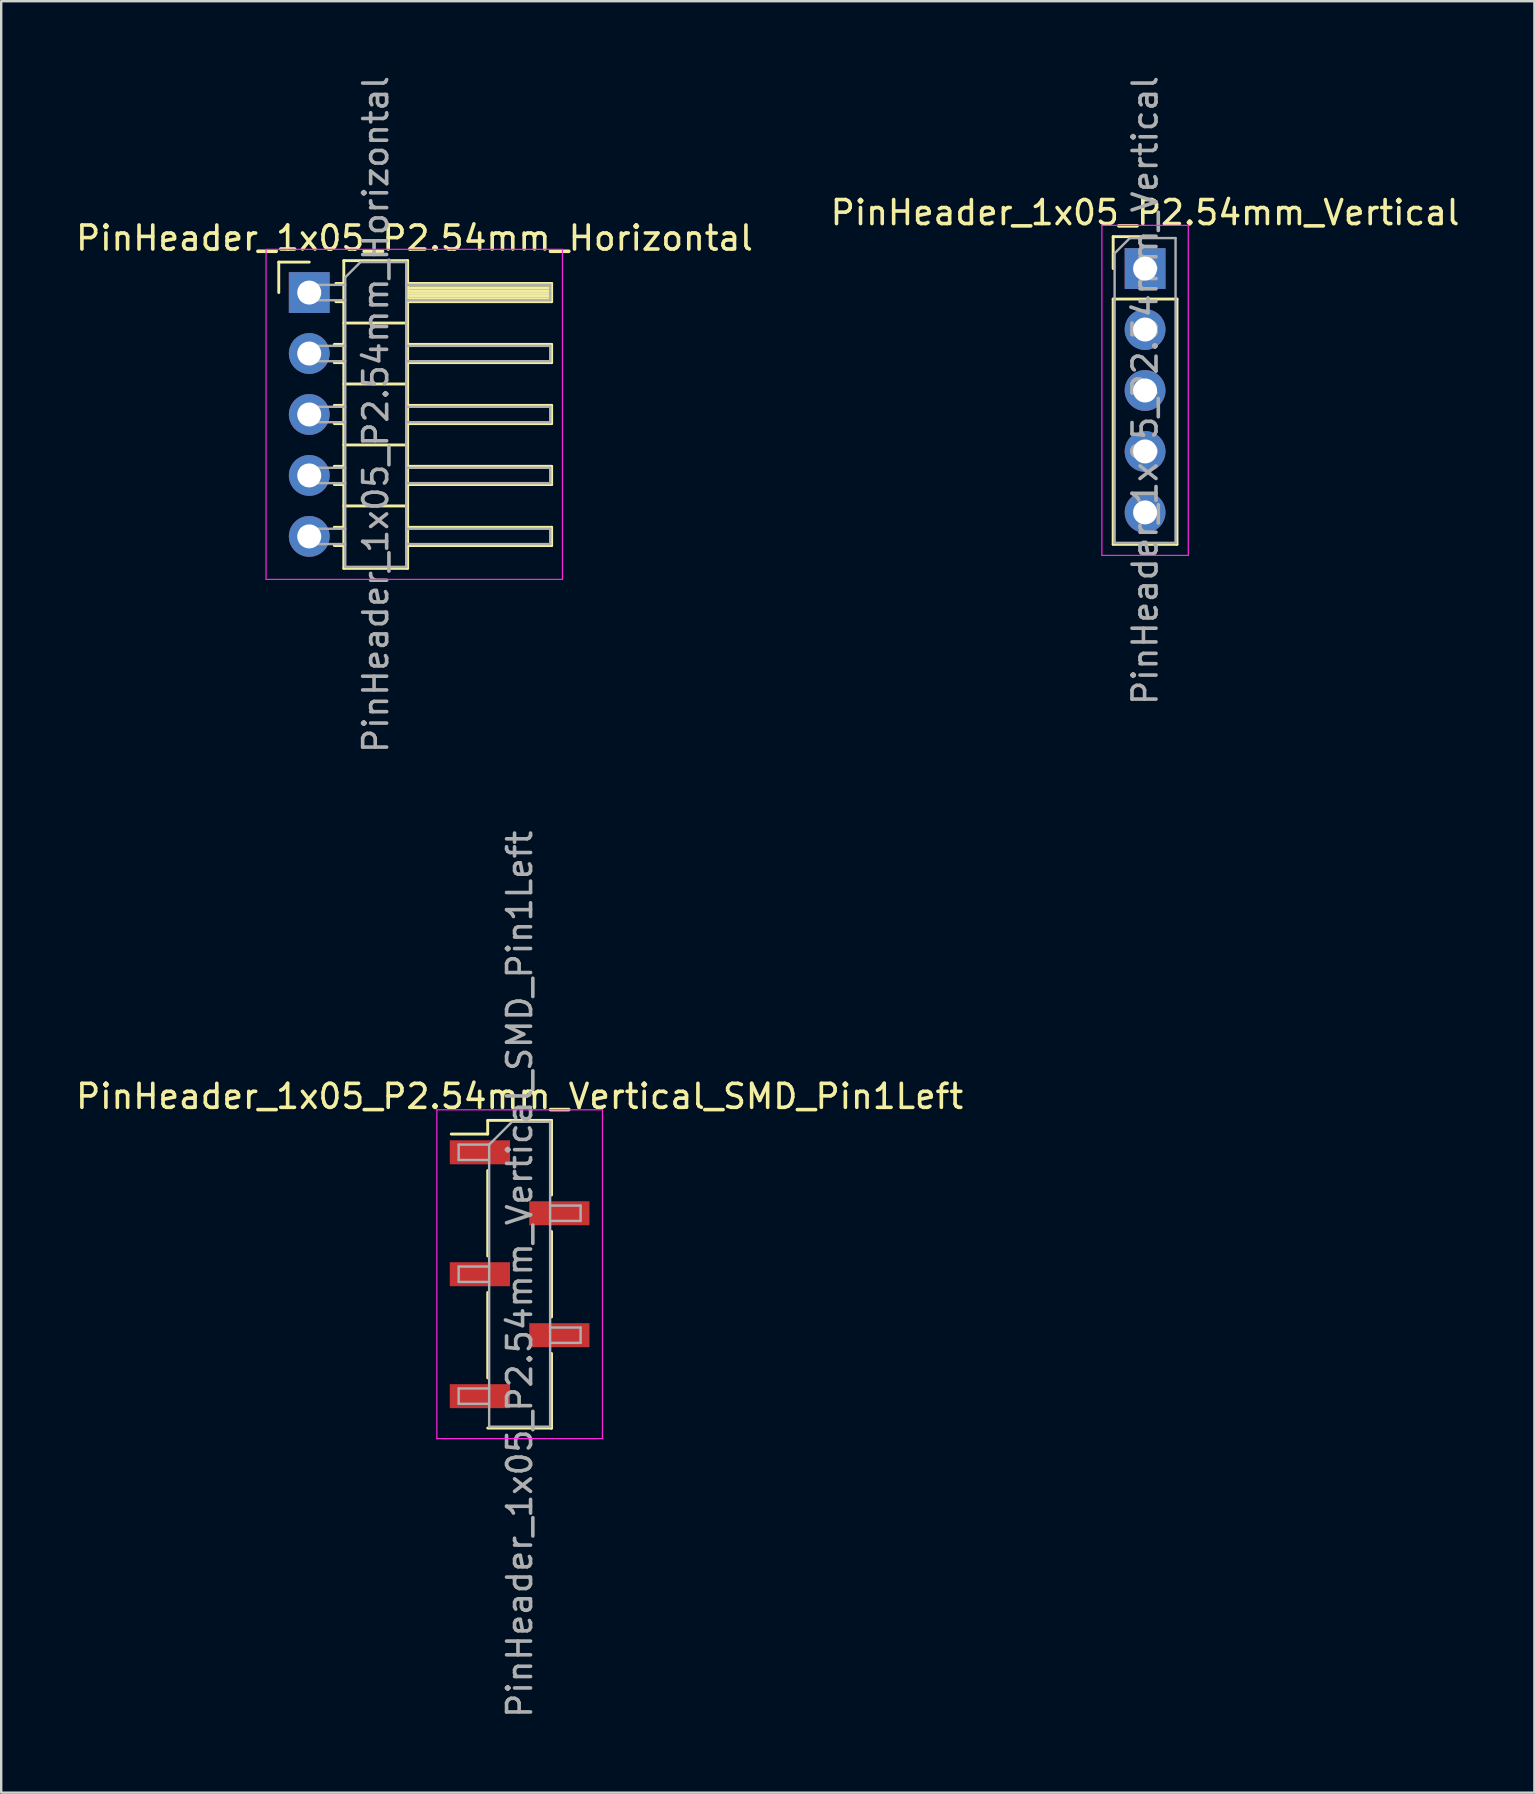
<source format=kicad_pcb>
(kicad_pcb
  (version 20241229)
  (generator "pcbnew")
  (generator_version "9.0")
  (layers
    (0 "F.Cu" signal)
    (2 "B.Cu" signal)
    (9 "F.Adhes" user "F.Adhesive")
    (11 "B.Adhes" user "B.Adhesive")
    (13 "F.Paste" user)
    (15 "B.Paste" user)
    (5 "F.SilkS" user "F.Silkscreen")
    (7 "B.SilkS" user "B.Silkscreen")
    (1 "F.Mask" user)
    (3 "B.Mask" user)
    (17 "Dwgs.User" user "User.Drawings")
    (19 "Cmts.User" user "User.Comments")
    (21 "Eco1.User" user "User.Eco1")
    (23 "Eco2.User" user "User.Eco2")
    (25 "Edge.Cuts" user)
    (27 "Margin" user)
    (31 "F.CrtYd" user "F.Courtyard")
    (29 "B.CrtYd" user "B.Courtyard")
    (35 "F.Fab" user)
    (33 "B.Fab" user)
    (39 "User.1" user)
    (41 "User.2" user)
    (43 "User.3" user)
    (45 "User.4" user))
  (footprint "PinHeader_1x05_P2.54mm_Vertical_SMD_Pin1Left"
    (layer "F.Cu")
    (at 18.601 50.042)
    (property "Reference" "PinHeader_1x05_P2.54mm_Vertical_SMD_Pin1Left" (at 0 -7.41 0) (layer "F.SilkS") (effects (font (size 1 1) (thickness 0.15))))
    (attr smd)
    (fp_line (start -1.33 -6.41) (end -1.33 -5.84) (stroke (width 0.12) (type solid)) (layer "F.SilkS"))
    (fp_line (start -1.33 -6.41) (end 1.33 -6.41) (stroke (width 0.12) (type solid)) (layer "F.SilkS"))
    (fp_line (start -1.33 -5.84) (end -2.85 -5.84) (stroke (width 0.12) (type solid)) (layer "F.SilkS"))
    (fp_line (start -1.33 -4.32) (end -1.33 -0.76) (stroke (width 0.12) (type solid)) (layer "F.SilkS"))
    (fp_line (start -1.33 0.76) (end -1.33 4.32) (stroke (width 0.12) (type solid)) (layer "F.SilkS"))
    (fp_line (start -1.33 6.41) (end 1.33 6.41) (stroke (width 0.12) (type solid)) (layer "F.SilkS"))
    (fp_line (start 1.33 -6.41) (end 1.33 -3.3) (stroke (width 0.12) (type solid)) (layer "F.SilkS"))
    (fp_line (start 1.33 -1.78) (end 1.33 1.78) (stroke (width 0.12) (type solid)) (layer "F.SilkS"))
    (fp_line (start 1.33 3.3) (end 1.33 6.41) (stroke (width 0.12) (type solid)) (layer "F.SilkS"))
    (fp_line (start 1.33 5.84) (end 1.33 6.41) (stroke (width 0.12) (type solid)) (layer "F.SilkS"))
    (fp_line (start -3.45 -6.85) (end -3.45 6.85) (stroke (width 0.05) (type solid)) (layer "F.CrtYd"))
    (fp_line (start -3.45 6.85) (end 3.45 6.85) (stroke (width 0.05) (type solid)) (layer "F.CrtYd"))
    (fp_line (start 3.45 -6.85) (end -3.45 -6.85) (stroke (width 0.05) (type solid)) (layer "F.CrtYd"))
    (fp_line (start 3.45 6.85) (end 3.45 -6.85) (stroke (width 0.05) (type solid)) (layer "F.CrtYd"))
    (fp_line (start -2.54 -5.4) (end -2.54 -4.76) (stroke (width 0.1) (type solid)) (layer "F.Fab"))
    (fp_line (start -2.54 -4.76) (end -1.27 -4.76) (stroke (width 0.1) (type solid)) (layer "F.Fab"))
    (fp_line (start -2.54 -0.32) (end -2.54 0.32) (stroke (width 0.1) (type solid)) (layer "F.Fab"))
    (fp_line (start -2.54 0.32) (end -1.27 0.32) (stroke (width 0.1) (type solid)) (layer "F.Fab"))
    (fp_line (start -2.54 4.76) (end -2.54 5.4) (stroke (width 0.1) (type solid)) (layer "F.Fab"))
    (fp_line (start -2.54 5.4) (end -1.27 5.4) (stroke (width 0.1) (type solid)) (layer "F.Fab"))
    (fp_line (start -1.27 -5.4) (end -2.54 -5.4) (stroke (width 0.1) (type solid)) (layer "F.Fab"))
    (fp_line (start -1.27 -5.4) (end -0.32 -6.35) (stroke (width 0.1) (type solid)) (layer "F.Fab"))
    (fp_line (start -1.27 -0.32) (end -2.54 -0.32) (stroke (width 0.1) (type solid)) (layer "F.Fab"))
    (fp_line (start -1.27 4.76) (end -2.54 4.76) (stroke (width 0.1) (type solid)) (layer "F.Fab"))
    (fp_line (start -1.27 6.35) (end -1.27 -5.4) (stroke (width 0.1) (type solid)) (layer "F.Fab"))
    (fp_line (start -0.32 -6.35) (end 1.27 -6.35) (stroke (width 0.1) (type solid)) (layer "F.Fab"))
    (fp_line (start 1.27 -6.35) (end 1.27 6.35) (stroke (width 0.1) (type solid)) (layer "F.Fab"))
    (fp_line (start 1.27 -2.86) (end 2.54 -2.86) (stroke (width 0.1) (type solid)) (layer "F.Fab"))
    (fp_line (start 1.27 2.22) (end 2.54 2.22) (stroke (width 0.1) (type solid)) (layer "F.Fab"))
    (fp_line (start 1.27 6.35) (end -1.27 6.35) (stroke (width 0.1) (type solid)) (layer "F.Fab"))
    (fp_line (start 2.54 -2.86) (end 2.54 -2.22) (stroke (width 0.1) (type solid)) (layer "F.Fab"))
    (fp_line (start 2.54 -2.22) (end 1.27 -2.22) (stroke (width 0.1) (type solid)) (layer "F.Fab"))
    (fp_line (start 2.54 2.22) (end 2.54 2.86) (stroke (width 0.1) (type solid)) (layer "F.Fab"))
    (fp_line (start 2.54 2.86) (end 1.27 2.86) (stroke (width 0.1) (type solid)) (layer "F.Fab"))
    (fp_text user "${REFERENCE}" (at 0 0 90) (layer "F.Fab") (effects (font (size 1 1) (thickness 0.15))))
    (pad "1" smd rect (at -1.655 -5.08) (size 2.51 1) (layers "F.Cu" "F.Mask" "F.Paste"))
    (pad "2" smd rect (at 1.655 -2.54) (size 2.51 1) (layers "F.Cu" "F.Mask" "F.Paste"))
    (pad "3" smd rect (at -1.655 0) (size 2.51 1) (layers "F.Cu" "F.Mask" "F.Paste"))
    (pad "4" smd rect (at 1.655 2.54) (size 2.51 1) (layers "F.Cu" "F.Mask" "F.Paste"))
    (pad "5" smd rect (at -1.655 5.08) (size 2.51 1) (layers "F.Cu" "F.Mask" "F.Paste")))
  (footprint "PinHeader_1x05_P2.54mm_Vertical"
    (layer "F.Cu")
    (at 44.661 8.14)
    (property "Reference" "PinHeader_1x05_P2.54mm_Vertical" (at 0 -2.33 0) (layer "F.SilkS") (effects (font (size 1 1) (thickness 0.15))))
    (attr through_hole)
    (fp_line (start -1.33 -1.33) (end 0 -1.33) (stroke (width 0.12) (type solid)) (layer "F.SilkS"))
    (fp_line (start -1.33 0) (end -1.33 -1.33) (stroke (width 0.12) (type solid)) (layer "F.SilkS"))
    (fp_line (start -1.33 1.27) (end -1.33 11.49) (stroke (width 0.12) (type solid)) (layer "F.SilkS"))
    (fp_line (start -1.33 1.27) (end 1.33 1.27) (stroke (width 0.12) (type solid)) (layer "F.SilkS"))
    (fp_line (start -1.33 11.49) (end 1.33 11.49) (stroke (width 0.12) (type solid)) (layer "F.SilkS"))
    (fp_line (start 1.33 1.27) (end 1.33 11.49) (stroke (width 0.12) (type solid)) (layer "F.SilkS"))
    (fp_line (start -1.8 -1.8) (end -1.8 11.95) (stroke (width 0.05) (type solid)) (layer "F.CrtYd"))
    (fp_line (start -1.8 11.95) (end 1.8 11.95) (stroke (width 0.05) (type solid)) (layer "F.CrtYd"))
    (fp_line (start 1.8 -1.8) (end -1.8 -1.8) (stroke (width 0.05) (type solid)) (layer "F.CrtYd"))
    (fp_line (start 1.8 11.95) (end 1.8 -1.8) (stroke (width 0.05) (type solid)) (layer "F.CrtYd"))
    (fp_line (start -1.27 -0.635) (end -0.635 -1.27) (stroke (width 0.1) (type solid)) (layer "F.Fab"))
    (fp_line (start -1.27 11.43) (end -1.27 -0.635) (stroke (width 0.1) (type solid)) (layer "F.Fab"))
    (fp_line (start -0.635 -1.27) (end 1.27 -1.27) (stroke (width 0.1) (type solid)) (layer "F.Fab"))
    (fp_line (start 1.27 -1.27) (end 1.27 11.43) (stroke (width 0.1) (type solid)) (layer "F.Fab"))
    (fp_line (start 1.27 11.43) (end -1.27 11.43) (stroke (width 0.1) (type solid)) (layer "F.Fab"))
    (fp_text user "${REFERENCE}" (at 0 5.08 90) (layer "F.Fab") (effects (font (size 1 1) (thickness 0.15))))
    (pad "1" thru_hole rect (at 0 0) (size 1.7 1.7) (drill 1) (layers "*.Cu" "*.Mask"))
    (pad "2" thru_hole oval (at 0 2.54) (size 1.7 1.7) (drill 1) (layers "*.Cu" "*.Mask"))
    (pad "3" thru_hole oval (at 0 5.08) (size 1.7 1.7) (drill 1) (layers "*.Cu" "*.Mask"))
    (pad "4" thru_hole oval (at 0 7.62) (size 1.7 1.7) (drill 1) (layers "*.Cu" "*.Mask"))
    (pad "5" thru_hole oval (at 0 10.16) (size 1.7 1.7) (drill 1) (layers "*.Cu" "*.Mask")))
  (footprint "PinHeader_1x05_P2.54mm_Horizontal"
    (layer "F.Cu")
    (at 9.835 9.14)
    (property "Reference" "PinHeader_1x05_P2.54mm_Horizontal" (at 4.385 -2.27 0) (layer "F.SilkS") (effects (font (size 1 1) (thickness 0.15))))
    (attr through_hole)
    (fp_line (start -1.27 -1.27) (end 0 -1.27) (stroke (width 0.12) (type solid)) (layer "F.SilkS"))
    (fp_line (start -1.27 0) (end -1.27 -1.27) (stroke (width 0.12) (type solid)) (layer "F.SilkS"))
    (fp_line (start 1.043 2.16) (end 1.44 2.16) (stroke (width 0.12) (type solid)) (layer "F.SilkS"))
    (fp_line (start 1.043 2.92) (end 1.44 2.92) (stroke (width 0.12) (type solid)) (layer "F.SilkS"))
    (fp_line (start 1.043 4.7) (end 1.44 4.7) (stroke (width 0.12) (type solid)) (layer "F.SilkS"))
    (fp_line (start 1.043 5.46) (end 1.44 5.46) (stroke (width 0.12) (type solid)) (layer "F.SilkS"))
    (fp_line (start 1.043 7.24) (end 1.44 7.24) (stroke (width 0.12) (type solid)) (layer "F.SilkS"))
    (fp_line (start 1.043 8) (end 1.44 8) (stroke (width 0.12) (type solid)) (layer "F.SilkS"))
    (fp_line (start 1.043 9.78) (end 1.44 9.78) (stroke (width 0.12) (type solid)) (layer "F.SilkS"))
    (fp_line (start 1.043 10.54) (end 1.44 10.54) (stroke (width 0.12) (type solid)) (layer "F.SilkS"))
    (fp_line (start 1.11 -0.38) (end 1.44 -0.38) (stroke (width 0.12) (type solid)) (layer "F.SilkS"))
    (fp_line (start 1.11 0.38) (end 1.44 0.38) (stroke (width 0.12) (type solid)) (layer "F.SilkS"))
    (fp_line (start 1.44 -1.33) (end 1.44 11.49) (stroke (width 0.12) (type solid)) (layer "F.SilkS"))
    (fp_line (start 1.44 1.27) (end 4.1 1.27) (stroke (width 0.12) (type solid)) (layer "F.SilkS"))
    (fp_line (start 1.44 3.81) (end 4.1 3.81) (stroke (width 0.12) (type solid)) (layer "F.SilkS"))
    (fp_line (start 1.44 6.35) (end 4.1 6.35) (stroke (width 0.12) (type solid)) (layer "F.SilkS"))
    (fp_line (start 1.44 8.89) (end 4.1 8.89) (stroke (width 0.12) (type solid)) (layer "F.SilkS"))
    (fp_line (start 1.44 11.49) (end 4.1 11.49) (stroke (width 0.12) (type solid)) (layer "F.SilkS"))
    (fp_line (start 4.1 -1.33) (end 1.44 -1.33) (stroke (width 0.12) (type solid)) (layer "F.SilkS"))
    (fp_line (start 4.1 -0.38) (end 10.1 -0.38) (stroke (width 0.12) (type solid)) (layer "F.SilkS"))
    (fp_line (start 4.1 -0.32) (end 10.1 -0.32) (stroke (width 0.12) (type solid)) (layer "F.SilkS"))
    (fp_line (start 4.1 -0.2) (end 10.1 -0.2) (stroke (width 0.12) (type solid)) (layer "F.SilkS"))
    (fp_line (start 4.1 -0.08) (end 10.1 -0.08) (stroke (width 0.12) (type solid)) (layer "F.SilkS"))
    (fp_line (start 4.1 0.04) (end 10.1 0.04) (stroke (width 0.12) (type solid)) (layer "F.SilkS"))
    (fp_line (start 4.1 0.16) (end 10.1 0.16) (stroke (width 0.12) (type solid)) (layer "F.SilkS"))
    (fp_line (start 4.1 0.28) (end 10.1 0.28) (stroke (width 0.12) (type solid)) (layer "F.SilkS"))
    (fp_line (start 4.1 2.16) (end 10.1 2.16) (stroke (width 0.12) (type solid)) (layer "F.SilkS"))
    (fp_line (start 4.1 4.7) (end 10.1 4.7) (stroke (width 0.12) (type solid)) (layer "F.SilkS"))
    (fp_line (start 4.1 7.24) (end 10.1 7.24) (stroke (width 0.12) (type solid)) (layer "F.SilkS"))
    (fp_line (start 4.1 9.78) (end 10.1 9.78) (stroke (width 0.12) (type solid)) (layer "F.SilkS"))
    (fp_line (start 4.1 11.49) (end 4.1 -1.33) (stroke (width 0.12) (type solid)) (layer "F.SilkS"))
    (fp_line (start 10.1 -0.38) (end 10.1 0.38) (stroke (width 0.12) (type solid)) (layer "F.SilkS"))
    (fp_line (start 10.1 0.38) (end 4.1 0.38) (stroke (width 0.12) (type solid)) (layer "F.SilkS"))
    (fp_line (start 10.1 2.16) (end 10.1 2.92) (stroke (width 0.12) (type solid)) (layer "F.SilkS"))
    (fp_line (start 10.1 2.92) (end 4.1 2.92) (stroke (width 0.12) (type solid)) (layer "F.SilkS"))
    (fp_line (start 10.1 4.7) (end 10.1 5.46) (stroke (width 0.12) (type solid)) (layer "F.SilkS"))
    (fp_line (start 10.1 5.46) (end 4.1 5.46) (stroke (width 0.12) (type solid)) (layer "F.SilkS"))
    (fp_line (start 10.1 7.24) (end 10.1 8) (stroke (width 0.12) (type solid)) (layer "F.SilkS"))
    (fp_line (start 10.1 8) (end 4.1 8) (stroke (width 0.12) (type solid)) (layer "F.SilkS"))
    (fp_line (start 10.1 9.78) (end 10.1 10.54) (stroke (width 0.12) (type solid)) (layer "F.SilkS"))
    (fp_line (start 10.1 10.54) (end 4.1 10.54) (stroke (width 0.12) (type solid)) (layer "F.SilkS"))
    (fp_line (start -1.8 -1.8) (end -1.8 11.95) (stroke (width 0.05) (type solid)) (layer "F.CrtYd"))
    (fp_line (start -1.8 11.95) (end 10.55 11.95) (stroke (width 0.05) (type solid)) (layer "F.CrtYd"))
    (fp_line (start 10.55 -1.8) (end -1.8 -1.8) (stroke (width 0.05) (type solid)) (layer "F.CrtYd"))
    (fp_line (start 10.55 11.95) (end 10.55 -1.8) (stroke (width 0.05) (type solid)) (layer "F.CrtYd"))
    (fp_line (start -0.32 -0.32) (end -0.32 0.32) (stroke (width 0.1) (type solid)) (layer "F.Fab"))
    (fp_line (start -0.32 -0.32) (end 1.5 -0.32) (stroke (width 0.1) (type solid)) (layer "F.Fab"))
    (fp_line (start -0.32 0.32) (end 1.5 0.32) (stroke (width 0.1) (type solid)) (layer "F.Fab"))
    (fp_line (start -0.32 2.22) (end -0.32 2.86) (stroke (width 0.1) (type solid)) (layer "F.Fab"))
    (fp_line (start -0.32 2.22) (end 1.5 2.22) (stroke (width 0.1) (type solid)) (layer "F.Fab"))
    (fp_line (start -0.32 2.86) (end 1.5 2.86) (stroke (width 0.1) (type solid)) (layer "F.Fab"))
    (fp_line (start -0.32 4.76) (end -0.32 5.4) (stroke (width 0.1) (type solid)) (layer "F.Fab"))
    (fp_line (start -0.32 4.76) (end 1.5 4.76) (stroke (width 0.1) (type solid)) (layer "F.Fab"))
    (fp_line (start -0.32 5.4) (end 1.5 5.4) (stroke (width 0.1) (type solid)) (layer "F.Fab"))
    (fp_line (start -0.32 7.3) (end -0.32 7.94) (stroke (width 0.1) (type solid)) (layer "F.Fab"))
    (fp_line (start -0.32 7.3) (end 1.5 7.3) (stroke (width 0.1) (type solid)) (layer "F.Fab"))
    (fp_line (start -0.32 7.94) (end 1.5 7.94) (stroke (width 0.1) (type solid)) (layer "F.Fab"))
    (fp_line (start -0.32 9.84) (end -0.32 10.48) (stroke (width 0.1) (type solid)) (layer "F.Fab"))
    (fp_line (start -0.32 9.84) (end 1.5 9.84) (stroke (width 0.1) (type solid)) (layer "F.Fab"))
    (fp_line (start -0.32 10.48) (end 1.5 10.48) (stroke (width 0.1) (type solid)) (layer "F.Fab"))
    (fp_line (start 1.5 -0.635) (end 2.135 -1.27) (stroke (width 0.1) (type solid)) (layer "F.Fab"))
    (fp_line (start 1.5 11.43) (end 1.5 -0.635) (stroke (width 0.1) (type solid)) (layer "F.Fab"))
    (fp_line (start 2.135 -1.27) (end 4.04 -1.27) (stroke (width 0.1) (type solid)) (layer "F.Fab"))
    (fp_line (start 4.04 -1.27) (end 4.04 11.43) (stroke (width 0.1) (type solid)) (layer "F.Fab"))
    (fp_line (start 4.04 -0.32) (end 10.04 -0.32) (stroke (width 0.1) (type solid)) (layer "F.Fab"))
    (fp_line (start 4.04 0.32) (end 10.04 0.32) (stroke (width 0.1) (type solid)) (layer "F.Fab"))
    (fp_line (start 4.04 2.22) (end 10.04 2.22) (stroke (width 0.1) (type solid)) (layer "F.Fab"))
    (fp_line (start 4.04 2.86) (end 10.04 2.86) (stroke (width 0.1) (type solid)) (layer "F.Fab"))
    (fp_line (start 4.04 4.76) (end 10.04 4.76) (stroke (width 0.1) (type solid)) (layer "F.Fab"))
    (fp_line (start 4.04 5.4) (end 10.04 5.4) (stroke (width 0.1) (type solid)) (layer "F.Fab"))
    (fp_line (start 4.04 7.3) (end 10.04 7.3) (stroke (width 0.1) (type solid)) (layer "F.Fab"))
    (fp_line (start 4.04 7.94) (end 10.04 7.94) (stroke (width 0.1) (type solid)) (layer "F.Fab"))
    (fp_line (start 4.04 9.84) (end 10.04 9.84) (stroke (width 0.1) (type solid)) (layer "F.Fab"))
    (fp_line (start 4.04 10.48) (end 10.04 10.48) (stroke (width 0.1) (type solid)) (layer "F.Fab"))
    (fp_line (start 4.04 11.43) (end 1.5 11.43) (stroke (width 0.1) (type solid)) (layer "F.Fab"))
    (fp_line (start 10.04 -0.32) (end 10.04 0.32) (stroke (width 0.1) (type solid)) (layer "F.Fab"))
    (fp_line (start 10.04 2.22) (end 10.04 2.86) (stroke (width 0.1) (type solid)) (layer "F.Fab"))
    (fp_line (start 10.04 4.76) (end 10.04 5.4) (stroke (width 0.1) (type solid)) (layer "F.Fab"))
    (fp_line (start 10.04 7.3) (end 10.04 7.94) (stroke (width 0.1) (type solid)) (layer "F.Fab"))
    (fp_line (start 10.04 9.84) (end 10.04 10.48) (stroke (width 0.1) (type solid)) (layer "F.Fab"))
    (fp_text user "${REFERENCE}" (at 2.77 5.08 90) (layer "F.Fab") (effects (font (size 1 1) (thickness 0.15))))
    (pad "1" thru_hole rect (at 0 0) (size 1.7 1.7) (drill 1) (layers "*.Cu" "*.Mask"))
    (pad "2" thru_hole oval (at 0 2.54) (size 1.7 1.7) (drill 1) (layers "*.Cu" "*.Mask"))
    (pad "3" thru_hole oval (at 0 5.08) (size 1.7 1.7) (drill 1) (layers "*.Cu" "*.Mask"))
    (pad "4" thru_hole oval (at 0 7.62) (size 1.7 1.7) (drill 1) (layers "*.Cu" "*.Mask"))
    (pad "5" thru_hole oval (at 0 10.16) (size 1.7 1.7) (drill 1) (layers "*.Cu" "*.Mask")))
  (gr_rect
    (start -3 -3)
    (end 60.881 71.643)
    (stroke (width 0.1) (type default))
    (fill no)
    (layer "Edge.Cuts")))
</source>
